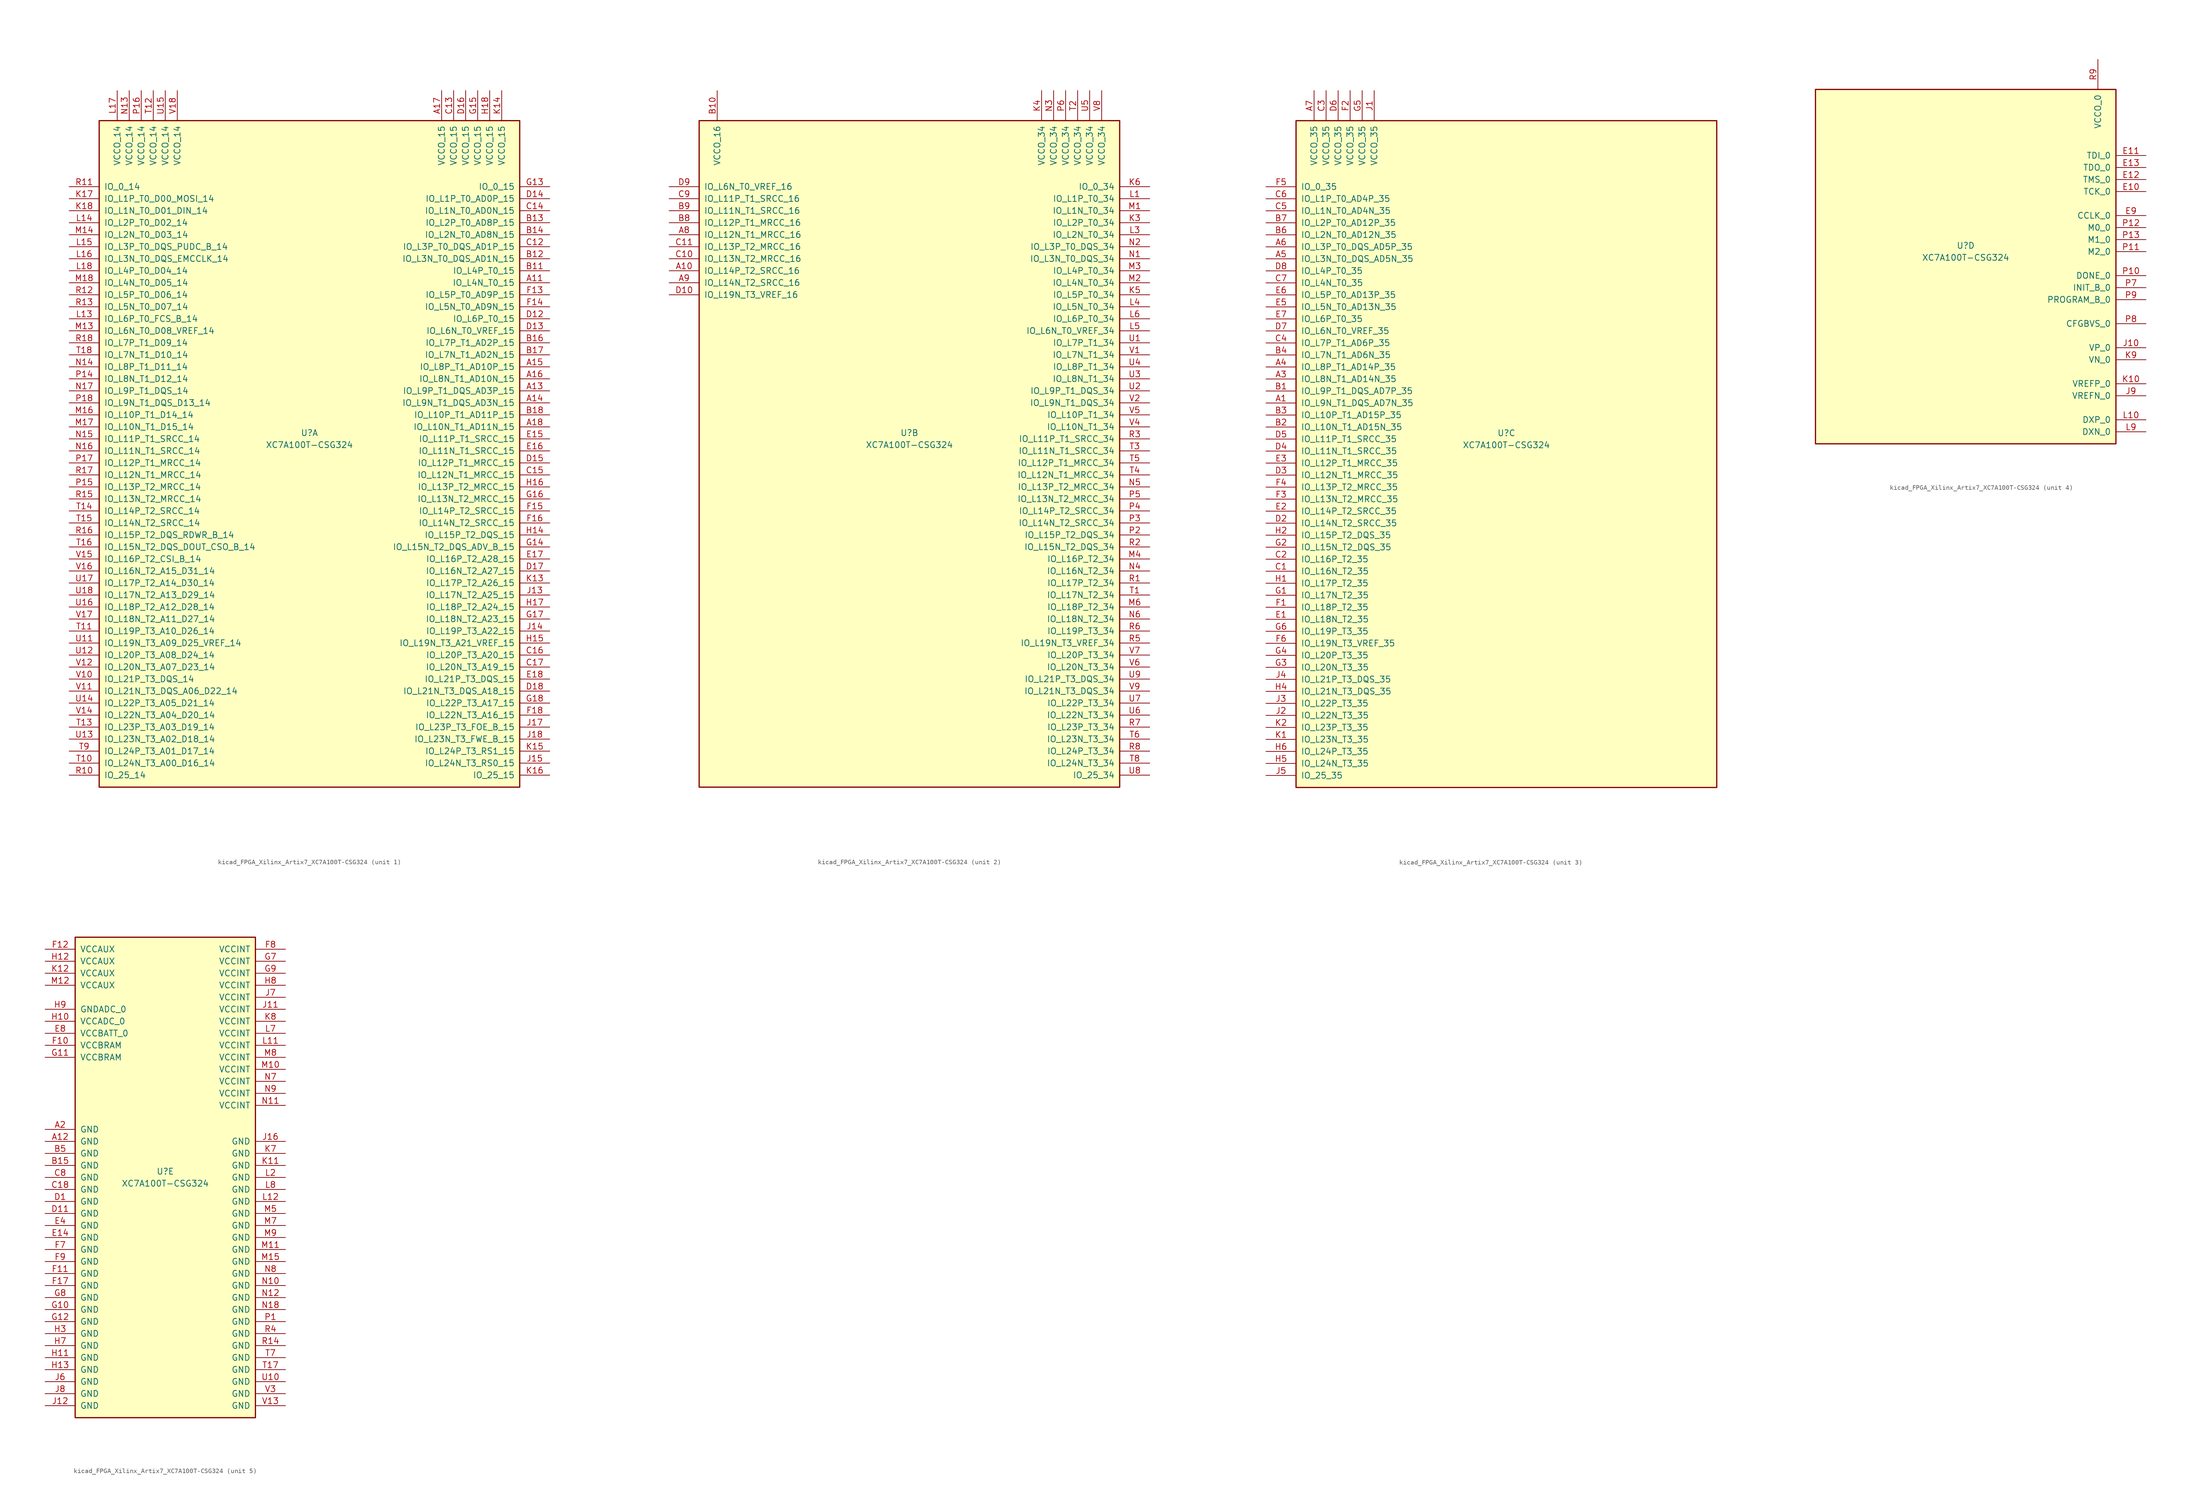
<source format=kicad_sym>
(kicad_symbol_lib
  (version 20220914)
  (generator kicad_symbol_editor)
  (symbol "kicad_FPGA_Xilinx_Artix7_XC7A100T-CSG324"
    (pin_names
      (offset 1.016))
    (property "Reference" "U"
      (at 0 1.27 0)
      (effects (font (size 1.27 1.27))))
    (property "Value" "XC7A100T-CSG324"
      (at 0 -1.27 0)
      (effects (font (size 1.27 1.27))))
    (property "Datasheet" ""
      (at 0 0 0)
      (effects (font (size 1.27 1.27))))
    (property "ki_locked" ""
      (at 0 0 0)
      (effects (font (size 1.27 1.27))))
    (symbol "kicad_FPGA_Xilinx_Artix7_XC7A100T-CSG324_1_1"
      (rectangle (start -44.45 67.31) (end 44.45 -73.66) (stroke (width 0.254) (type default)) (fill (type background)))
      (pin bidirectional line (at 50.8 33.02 180) (length 6.35) (name "IO_L4N_T0_15" (effects (font (size 1.27 1.27)))) (number "A11" (effects (font (size 1.27 1.27)))))
      (pin bidirectional line (at 50.8 10.16 180) (length 6.35) (name "IO_L9P_T1_DQS_AD3P_15" (effects (font (size 1.27 1.27)))) (number "A13" (effects (font (size 1.27 1.27)))))
      (pin bidirectional line (at 50.8 7.62 180) (length 6.35) (name "IO_L9N_T1_DQS_AD3N_15" (effects (font (size 1.27 1.27)))) (number "A14" (effects (font (size 1.27 1.27)))))
      (pin bidirectional line (at 50.8 15.24 180) (length 6.35) (name "IO_L8P_T1_AD10P_15" (effects (font (size 1.27 1.27)))) (number "A15" (effects (font (size 1.27 1.27)))))
      (pin bidirectional line (at 50.8 12.7 180) (length 6.35) (name "IO_L8N_T1_AD10N_15" (effects (font (size 1.27 1.27)))) (number "A16" (effects (font (size 1.27 1.27)))))
      (pin power_in line (at 27.94 73.66 270) (length 6.35) (name "VCCO_15" (effects (font (size 1.27 1.27)))) (number "A17" (effects (font (size 1.27 1.27)))))
      (pin bidirectional line (at 50.8 2.54 180) (length 6.35) (name "IO_L10N_T1_AD11N_15" (effects (font (size 1.27 1.27)))) (number "A18" (effects (font (size 1.27 1.27)))))
      (pin bidirectional line (at 50.8 35.56 180) (length 6.35) (name "IO_L4P_T0_15" (effects (font (size 1.27 1.27)))) (number "B11" (effects (font (size 1.27 1.27)))))
      (pin bidirectional line (at 50.8 38.1 180) (length 6.35) (name "IO_L3N_T0_DQS_AD1N_15" (effects (font (size 1.27 1.27)))) (number "B12" (effects (font (size 1.27 1.27)))))
      (pin bidirectional line (at 50.8 45.72 180) (length 6.35) (name "IO_L2P_T0_AD8P_15" (effects (font (size 1.27 1.27)))) (number "B13" (effects (font (size 1.27 1.27)))))
      (pin bidirectional line (at 50.8 43.18 180) (length 6.35) (name "IO_L2N_T0_AD8N_15" (effects (font (size 1.27 1.27)))) (number "B14" (effects (font (size 1.27 1.27)))))
      (pin bidirectional line (at 50.8 20.32 180) (length 6.35) (name "IO_L7P_T1_AD2P_15" (effects (font (size 1.27 1.27)))) (number "B16" (effects (font (size 1.27 1.27)))))
      (pin bidirectional line (at 50.8 17.78 180) (length 6.35) (name "IO_L7N_T1_AD2N_15" (effects (font (size 1.27 1.27)))) (number "B17" (effects (font (size 1.27 1.27)))))
      (pin bidirectional line (at 50.8 5.08 180) (length 6.35) (name "IO_L10P_T1_AD11P_15" (effects (font (size 1.27 1.27)))) (number "B18" (effects (font (size 1.27 1.27)))))
      (pin bidirectional line (at 50.8 40.64 180) (length 6.35) (name "IO_L3P_T0_DQS_AD1P_15" (effects (font (size 1.27 1.27)))) (number "C12" (effects (font (size 1.27 1.27)))))
      (pin power_in line (at 30.48 73.66 270) (length 6.35) (name "VCCO_15" (effects (font (size 1.27 1.27)))) (number "C13" (effects (font (size 1.27 1.27)))))
      (pin bidirectional line (at 50.8 48.26 180) (length 6.35) (name "IO_L1N_T0_AD0N_15" (effects (font (size 1.27 1.27)))) (number "C14" (effects (font (size 1.27 1.27)))))
      (pin bidirectional line (at 50.8 -7.62 180) (length 6.35) (name "IO_L12N_T1_MRCC_15" (effects (font (size 1.27 1.27)))) (number "C15" (effects (font (size 1.27 1.27)))))
      (pin bidirectional line (at 50.8 -45.72 180) (length 6.35) (name "IO_L20P_T3_A20_15" (effects (font (size 1.27 1.27)))) (number "C16" (effects (font (size 1.27 1.27)))))
      (pin bidirectional line (at 50.8 -48.26 180) (length 6.35) (name "IO_L20N_T3_A19_15" (effects (font (size 1.27 1.27)))) (number "C17" (effects (font (size 1.27 1.27)))))
      (pin bidirectional line (at 50.8 25.4 180) (length 6.35) (name "IO_L6P_T0_15" (effects (font (size 1.27 1.27)))) (number "D12" (effects (font (size 1.27 1.27)))))
      (pin bidirectional line (at 50.8 22.86 180) (length 6.35) (name "IO_L6N_T0_VREF_15" (effects (font (size 1.27 1.27)))) (number "D13" (effects (font (size 1.27 1.27)))))
      (pin bidirectional line (at 50.8 50.8 180) (length 6.35) (name "IO_L1P_T0_AD0P_15" (effects (font (size 1.27 1.27)))) (number "D14" (effects (font (size 1.27 1.27)))))
      (pin bidirectional line (at 50.8 -5.08 180) (length 6.35) (name "IO_L12P_T1_MRCC_15" (effects (font (size 1.27 1.27)))) (number "D15" (effects (font (size 1.27 1.27)))))
      (pin power_in line (at 33.02 73.66 270) (length 6.35) (name "VCCO_15" (effects (font (size 1.27 1.27)))) (number "D16" (effects (font (size 1.27 1.27)))))
      (pin bidirectional line (at 50.8 -27.94 180) (length 6.35) (name "IO_L16N_T2_A27_15" (effects (font (size 1.27 1.27)))) (number "D17" (effects (font (size 1.27 1.27)))))
      (pin bidirectional line (at 50.8 -53.34 180) (length 6.35) (name "IO_L21N_T3_DQS_A18_15" (effects (font (size 1.27 1.27)))) (number "D18" (effects (font (size 1.27 1.27)))))
      (pin bidirectional line (at 50.8 0 180) (length 6.35) (name "IO_L11P_T1_SRCC_15" (effects (font (size 1.27 1.27)))) (number "E15" (effects (font (size 1.27 1.27)))))
      (pin bidirectional line (at 50.8 -2.54 180) (length 6.35) (name "IO_L11N_T1_SRCC_15" (effects (font (size 1.27 1.27)))) (number "E16" (effects (font (size 1.27 1.27)))))
      (pin bidirectional line (at 50.8 -25.4 180) (length 6.35) (name "IO_L16P_T2_A28_15" (effects (font (size 1.27 1.27)))) (number "E17" (effects (font (size 1.27 1.27)))))
      (pin bidirectional line (at 50.8 -50.8 180) (length 6.35) (name "IO_L21P_T3_DQS_15" (effects (font (size 1.27 1.27)))) (number "E18" (effects (font (size 1.27 1.27)))))
      (pin bidirectional line (at 50.8 30.48 180) (length 6.35) (name "IO_L5P_T0_AD9P_15" (effects (font (size 1.27 1.27)))) (number "F13" (effects (font (size 1.27 1.27)))))
      (pin bidirectional line (at 50.8 27.94 180) (length 6.35) (name "IO_L5N_T0_AD9N_15" (effects (font (size 1.27 1.27)))) (number "F14" (effects (font (size 1.27 1.27)))))
      (pin bidirectional line (at 50.8 -15.24 180) (length 6.35) (name "IO_L14P_T2_SRCC_15" (effects (font (size 1.27 1.27)))) (number "F15" (effects (font (size 1.27 1.27)))))
      (pin bidirectional line (at 50.8 -17.78 180) (length 6.35) (name "IO_L14N_T2_SRCC_15" (effects (font (size 1.27 1.27)))) (number "F16" (effects (font (size 1.27 1.27)))))
      (pin bidirectional line (at 50.8 -58.42 180) (length 6.35) (name "IO_L22N_T3_A16_15" (effects (font (size 1.27 1.27)))) (number "F18" (effects (font (size 1.27 1.27)))))
      (pin bidirectional line (at 50.8 53.34 180) (length 6.35) (name "IO_0_15" (effects (font (size 1.27 1.27)))) (number "G13" (effects (font (size 1.27 1.27)))))
      (pin bidirectional line (at 50.8 -22.86 180) (length 6.35) (name "IO_L15N_T2_DQS_ADV_B_15" (effects (font (size 1.27 1.27)))) (number "G14" (effects (font (size 1.27 1.27)))))
      (pin power_in line (at 35.56 73.66 270) (length 6.35) (name "VCCO_15" (effects (font (size 1.27 1.27)))) (number "G15" (effects (font (size 1.27 1.27)))))
      (pin bidirectional line (at 50.8 -12.7 180) (length 6.35) (name "IO_L13N_T2_MRCC_15" (effects (font (size 1.27 1.27)))) (number "G16" (effects (font (size 1.27 1.27)))))
      (pin bidirectional line (at 50.8 -38.1 180) (length 6.35) (name "IO_L18N_T2_A23_15" (effects (font (size 1.27 1.27)))) (number "G17" (effects (font (size 1.27 1.27)))))
      (pin bidirectional line (at 50.8 -55.88 180) (length 6.35) (name "IO_L22P_T3_A17_15" (effects (font (size 1.27 1.27)))) (number "G18" (effects (font (size 1.27 1.27)))))
      (pin bidirectional line (at 50.8 -20.32 180) (length 6.35) (name "IO_L15P_T2_DQS_15" (effects (font (size 1.27 1.27)))) (number "H14" (effects (font (size 1.27 1.27)))))
      (pin bidirectional line (at 50.8 -43.18 180) (length 6.35) (name "IO_L19N_T3_A21_VREF_15" (effects (font (size 1.27 1.27)))) (number "H15" (effects (font (size 1.27 1.27)))))
      (pin bidirectional line (at 50.8 -10.16 180) (length 6.35) (name "IO_L13P_T2_MRCC_15" (effects (font (size 1.27 1.27)))) (number "H16" (effects (font (size 1.27 1.27)))))
      (pin bidirectional line (at 50.8 -35.56 180) (length 6.35) (name "IO_L18P_T2_A24_15" (effects (font (size 1.27 1.27)))) (number "H17" (effects (font (size 1.27 1.27)))))
      (pin power_in line (at 38.1 73.66 270) (length 6.35) (name "VCCO_15" (effects (font (size 1.27 1.27)))) (number "H18" (effects (font (size 1.27 1.27)))))
      (pin bidirectional line (at 50.8 -33.02 180) (length 6.35) (name "IO_L17N_T2_A25_15" (effects (font (size 1.27 1.27)))) (number "J13" (effects (font (size 1.27 1.27)))))
      (pin bidirectional line (at 50.8 -40.64 180) (length 6.35) (name "IO_L19P_T3_A22_15" (effects (font (size 1.27 1.27)))) (number "J14" (effects (font (size 1.27 1.27)))))
      (pin bidirectional line (at 50.8 -68.58 180) (length 6.35) (name "IO_L24N_T3_RS0_15" (effects (font (size 1.27 1.27)))) (number "J15" (effects (font (size 1.27 1.27)))))
      (pin bidirectional line (at 50.8 -60.96 180) (length 6.35) (name "IO_L23P_T3_FOE_B_15" (effects (font (size 1.27 1.27)))) (number "J17" (effects (font (size 1.27 1.27)))))
      (pin bidirectional line (at 50.8 -63.5 180) (length 6.35) (name "IO_L23N_T3_FWE_B_15" (effects (font (size 1.27 1.27)))) (number "J18" (effects (font (size 1.27 1.27)))))
      (pin bidirectional line (at 50.8 -30.48 180) (length 6.35) (name "IO_L17P_T2_A26_15" (effects (font (size 1.27 1.27)))) (number "K13" (effects (font (size 1.27 1.27)))))
      (pin power_in line (at 40.64 73.66 270) (length 6.35) (name "VCCO_15" (effects (font (size 1.27 1.27)))) (number "K14" (effects (font (size 1.27 1.27)))))
      (pin bidirectional line (at 50.8 -66.04 180) (length 6.35) (name "IO_L24P_T3_RS1_15" (effects (font (size 1.27 1.27)))) (number "K15" (effects (font (size 1.27 1.27)))))
      (pin bidirectional line (at 50.8 -71.12 180) (length 6.35) (name "IO_25_15" (effects (font (size 1.27 1.27)))) (number "K16" (effects (font (size 1.27 1.27)))))
      (pin bidirectional line (at -50.8 50.8 0) (length 6.35) (name "IO_L1P_T0_D00_MOSI_14" (effects (font (size 1.27 1.27)))) (number "K17" (effects (font (size 1.27 1.27)))))
      (pin bidirectional line (at -50.8 48.26 0) (length 6.35) (name "IO_L1N_T0_D01_DIN_14" (effects (font (size 1.27 1.27)))) (number "K18" (effects (font (size 1.27 1.27)))))
      (pin bidirectional line (at -50.8 25.4 0) (length 6.35) (name "IO_L6P_T0_FCS_B_14" (effects (font (size 1.27 1.27)))) (number "L13" (effects (font (size 1.27 1.27)))))
      (pin bidirectional line (at -50.8 45.72 0) (length 6.35) (name "IO_L2P_T0_D02_14" (effects (font (size 1.27 1.27)))) (number "L14" (effects (font (size 1.27 1.27)))))
      (pin bidirectional line (at -50.8 40.64 0) (length 6.35) (name "IO_L3P_T0_DQS_PUDC_B_14" (effects (font (size 1.27 1.27)))) (number "L15" (effects (font (size 1.27 1.27)))))
      (pin bidirectional line (at -50.8 38.1 0) (length 6.35) (name "IO_L3N_T0_DQS_EMCCLK_14" (effects (font (size 1.27 1.27)))) (number "L16" (effects (font (size 1.27 1.27)))))
      (pin power_in line (at -40.64 73.66 270) (length 6.35) (name "VCCO_14" (effects (font (size 1.27 1.27)))) (number "L17" (effects (font (size 1.27 1.27)))))
      (pin bidirectional line (at -50.8 35.56 0) (length 6.35) (name "IO_L4P_T0_D04_14" (effects (font (size 1.27 1.27)))) (number "L18" (effects (font (size 1.27 1.27)))))
      (pin bidirectional line (at -50.8 22.86 0) (length 6.35) (name "IO_L6N_T0_D08_VREF_14" (effects (font (size 1.27 1.27)))) (number "M13" (effects (font (size 1.27 1.27)))))
      (pin bidirectional line (at -50.8 43.18 0) (length 6.35) (name "IO_L2N_T0_D03_14" (effects (font (size 1.27 1.27)))) (number "M14" (effects (font (size 1.27 1.27)))))
      (pin bidirectional line (at -50.8 5.08 0) (length 6.35) (name "IO_L10P_T1_D14_14" (effects (font (size 1.27 1.27)))) (number "M16" (effects (font (size 1.27 1.27)))))
      (pin bidirectional line (at -50.8 2.54 0) (length 6.35) (name "IO_L10N_T1_D15_14" (effects (font (size 1.27 1.27)))) (number "M17" (effects (font (size 1.27 1.27)))))
      (pin bidirectional line (at -50.8 33.02 0) (length 6.35) (name "IO_L4N_T0_D05_14" (effects (font (size 1.27 1.27)))) (number "M18" (effects (font (size 1.27 1.27)))))
      (pin power_in line (at -38.1 73.66 270) (length 6.35) (name "VCCO_14" (effects (font (size 1.27 1.27)))) (number "N13" (effects (font (size 1.27 1.27)))))
      (pin bidirectional line (at -50.8 15.24 0) (length 6.35) (name "IO_L8P_T1_D11_14" (effects (font (size 1.27 1.27)))) (number "N14" (effects (font (size 1.27 1.27)))))
      (pin bidirectional line (at -50.8 0 0) (length 6.35) (name "IO_L11P_T1_SRCC_14" (effects (font (size 1.27 1.27)))) (number "N15" (effects (font (size 1.27 1.27)))))
      (pin bidirectional line (at -50.8 -2.54 0) (length 6.35) (name "IO_L11N_T1_SRCC_14" (effects (font (size 1.27 1.27)))) (number "N16" (effects (font (size 1.27 1.27)))))
      (pin bidirectional line (at -50.8 10.16 0) (length 6.35) (name "IO_L9P_T1_DQS_14" (effects (font (size 1.27 1.27)))) (number "N17" (effects (font (size 1.27 1.27)))))
      (pin bidirectional line (at -50.8 12.7 0) (length 6.35) (name "IO_L8N_T1_D12_14" (effects (font (size 1.27 1.27)))) (number "P14" (effects (font (size 1.27 1.27)))))
      (pin bidirectional line (at -50.8 -10.16 0) (length 6.35) (name "IO_L13P_T2_MRCC_14" (effects (font (size 1.27 1.27)))) (number "P15" (effects (font (size 1.27 1.27)))))
      (pin power_in line (at -35.56 73.66 270) (length 6.35) (name "VCCO_14" (effects (font (size 1.27 1.27)))) (number "P16" (effects (font (size 1.27 1.27)))))
      (pin bidirectional line (at -50.8 -5.08 0) (length 6.35) (name "IO_L12P_T1_MRCC_14" (effects (font (size 1.27 1.27)))) (number "P17" (effects (font (size 1.27 1.27)))))
      (pin bidirectional line (at -50.8 7.62 0) (length 6.35) (name "IO_L9N_T1_DQS_D13_14" (effects (font (size 1.27 1.27)))) (number "P18" (effects (font (size 1.27 1.27)))))
      (pin bidirectional line (at -50.8 -71.12 0) (length 6.35) (name "IO_25_14" (effects (font (size 1.27 1.27)))) (number "R10" (effects (font (size 1.27 1.27)))))
      (pin bidirectional line (at -50.8 53.34 0) (length 6.35) (name "IO_0_14" (effects (font (size 1.27 1.27)))) (number "R11" (effects (font (size 1.27 1.27)))))
      (pin bidirectional line (at -50.8 30.48 0) (length 6.35) (name "IO_L5P_T0_D06_14" (effects (font (size 1.27 1.27)))) (number "R12" (effects (font (size 1.27 1.27)))))
      (pin bidirectional line (at -50.8 27.94 0) (length 6.35) (name "IO_L5N_T0_D07_14" (effects (font (size 1.27 1.27)))) (number "R13" (effects (font (size 1.27 1.27)))))
      (pin bidirectional line (at -50.8 -12.7 0) (length 6.35) (name "IO_L13N_T2_MRCC_14" (effects (font (size 1.27 1.27)))) (number "R15" (effects (font (size 1.27 1.27)))))
      (pin bidirectional line (at -50.8 -20.32 0) (length 6.35) (name "IO_L15P_T2_DQS_RDWR_B_14" (effects (font (size 1.27 1.27)))) (number "R16" (effects (font (size 1.27 1.27)))))
      (pin bidirectional line (at -50.8 -7.62 0) (length 6.35) (name "IO_L12N_T1_MRCC_14" (effects (font (size 1.27 1.27)))) (number "R17" (effects (font (size 1.27 1.27)))))
      (pin bidirectional line (at -50.8 20.32 0) (length 6.35) (name "IO_L7P_T1_D09_14" (effects (font (size 1.27 1.27)))) (number "R18" (effects (font (size 1.27 1.27)))))
      (pin bidirectional line (at -50.8 -68.58 0) (length 6.35) (name "IO_L24N_T3_A00_D16_14" (effects (font (size 1.27 1.27)))) (number "T10" (effects (font (size 1.27 1.27)))))
      (pin bidirectional line (at -50.8 -40.64 0) (length 6.35) (name "IO_L19P_T3_A10_D26_14" (effects (font (size 1.27 1.27)))) (number "T11" (effects (font (size 1.27 1.27)))))
      (pin power_in line (at -33.02 73.66 270) (length 6.35) (name "VCCO_14" (effects (font (size 1.27 1.27)))) (number "T12" (effects (font (size 1.27 1.27)))))
      (pin bidirectional line (at -50.8 -60.96 0) (length 6.35) (name "IO_L23P_T3_A03_D19_14" (effects (font (size 1.27 1.27)))) (number "T13" (effects (font (size 1.27 1.27)))))
      (pin bidirectional line (at -50.8 -15.24 0) (length 6.35) (name "IO_L14P_T2_SRCC_14" (effects (font (size 1.27 1.27)))) (number "T14" (effects (font (size 1.27 1.27)))))
      (pin bidirectional line (at -50.8 -17.78 0) (length 6.35) (name "IO_L14N_T2_SRCC_14" (effects (font (size 1.27 1.27)))) (number "T15" (effects (font (size 1.27 1.27)))))
      (pin bidirectional line (at -50.8 -22.86 0) (length 6.35) (name "IO_L15N_T2_DQS_DOUT_CSO_B_14" (effects (font (size 1.27 1.27)))) (number "T16" (effects (font (size 1.27 1.27)))))
      (pin bidirectional line (at -50.8 17.78 0) (length 6.35) (name "IO_L7N_T1_D10_14" (effects (font (size 1.27 1.27)))) (number "T18" (effects (font (size 1.27 1.27)))))
      (pin bidirectional line (at -50.8 -66.04 0) (length 6.35) (name "IO_L24P_T3_A01_D17_14" (effects (font (size 1.27 1.27)))) (number "T9" (effects (font (size 1.27 1.27)))))
      (pin bidirectional line (at -50.8 -43.18 0) (length 6.35) (name "IO_L19N_T3_A09_D25_VREF_14" (effects (font (size 1.27 1.27)))) (number "U11" (effects (font (size 1.27 1.27)))))
      (pin bidirectional line (at -50.8 -45.72 0) (length 6.35) (name "IO_L20P_T3_A08_D24_14" (effects (font (size 1.27 1.27)))) (number "U12" (effects (font (size 1.27 1.27)))))
      (pin bidirectional line (at -50.8 -63.5 0) (length 6.35) (name "IO_L23N_T3_A02_D18_14" (effects (font (size 1.27 1.27)))) (number "U13" (effects (font (size 1.27 1.27)))))
      (pin bidirectional line (at -50.8 -55.88 0) (length 6.35) (name "IO_L22P_T3_A05_D21_14" (effects (font (size 1.27 1.27)))) (number "U14" (effects (font (size 1.27 1.27)))))
      (pin power_in line (at -30.48 73.66 270) (length 6.35) (name "VCCO_14" (effects (font (size 1.27 1.27)))) (number "U15" (effects (font (size 1.27 1.27)))))
      (pin bidirectional line (at -50.8 -35.56 0) (length 6.35) (name "IO_L18P_T2_A12_D28_14" (effects (font (size 1.27 1.27)))) (number "U16" (effects (font (size 1.27 1.27)))))
      (pin bidirectional line (at -50.8 -30.48 0) (length 6.35) (name "IO_L17P_T2_A14_D30_14" (effects (font (size 1.27 1.27)))) (number "U17" (effects (font (size 1.27 1.27)))))
      (pin bidirectional line (at -50.8 -33.02 0) (length 6.35) (name "IO_L17N_T2_A13_D29_14" (effects (font (size 1.27 1.27)))) (number "U18" (effects (font (size 1.27 1.27)))))
      (pin bidirectional line (at -50.8 -50.8 0) (length 6.35) (name "IO_L21P_T3_DQS_14" (effects (font (size 1.27 1.27)))) (number "V10" (effects (font (size 1.27 1.27)))))
      (pin bidirectional line (at -50.8 -53.34 0) (length 6.35) (name "IO_L21N_T3_DQS_A06_D22_14" (effects (font (size 1.27 1.27)))) (number "V11" (effects (font (size 1.27 1.27)))))
      (pin bidirectional line (at -50.8 -48.26 0) (length 6.35) (name "IO_L20N_T3_A07_D23_14" (effects (font (size 1.27 1.27)))) (number "V12" (effects (font (size 1.27 1.27)))))
      (pin bidirectional line (at -50.8 -58.42 0) (length 6.35) (name "IO_L22N_T3_A04_D20_14" (effects (font (size 1.27 1.27)))) (number "V14" (effects (font (size 1.27 1.27)))))
      (pin bidirectional line (at -50.8 -25.4 0) (length 6.35) (name "IO_L16P_T2_CSI_B_14" (effects (font (size 1.27 1.27)))) (number "V15" (effects (font (size 1.27 1.27)))))
      (pin bidirectional line (at -50.8 -27.94 0) (length 6.35) (name "IO_L16N_T2_A15_D31_14" (effects (font (size 1.27 1.27)))) (number "V16" (effects (font (size 1.27 1.27)))))
      (pin bidirectional line (at -50.8 -38.1 0) (length 6.35) (name "IO_L18N_T2_A11_D27_14" (effects (font (size 1.27 1.27)))) (number "V17" (effects (font (size 1.27 1.27)))))
      (pin power_in line (at -27.94 73.66 270) (length 6.35) (name "VCCO_14" (effects (font (size 1.27 1.27)))) (number "V18" (effects (font (size 1.27 1.27))))))
    (symbol "kicad_FPGA_Xilinx_Artix7_XC7A100T-CSG324_2_1"
      (rectangle (start -44.45 67.31) (end 44.45 -73.66) (stroke (width 0.254) (type default)) (fill (type background)))
      (pin bidirectional line (at -50.8 35.56 0) (length 6.35) (name "IO_L14P_T2_SRCC_16" (effects (font (size 1.27 1.27)))) (number "A10" (effects (font (size 1.27 1.27)))))
      (pin bidirectional line (at -50.8 43.18 0) (length 6.35) (name "IO_L12N_T1_MRCC_16" (effects (font (size 1.27 1.27)))) (number "A8" (effects (font (size 1.27 1.27)))))
      (pin bidirectional line (at -50.8 33.02 0) (length 6.35) (name "IO_L14N_T2_SRCC_16" (effects (font (size 1.27 1.27)))) (number "A9" (effects (font (size 1.27 1.27)))))
      (pin power_in line (at -40.64 73.66 270) (length 6.35) (name "VCCO_16" (effects (font (size 1.27 1.27)))) (number "B10" (effects (font (size 1.27 1.27)))))
      (pin bidirectional line (at -50.8 45.72 0) (length 6.35) (name "IO_L12P_T1_MRCC_16" (effects (font (size 1.27 1.27)))) (number "B8" (effects (font (size 1.27 1.27)))))
      (pin bidirectional line (at -50.8 48.26 0) (length 6.35) (name "IO_L11N_T1_SRCC_16" (effects (font (size 1.27 1.27)))) (number "B9" (effects (font (size 1.27 1.27)))))
      (pin bidirectional line (at -50.8 38.1 0) (length 6.35) (name "IO_L13N_T2_MRCC_16" (effects (font (size 1.27 1.27)))) (number "C10" (effects (font (size 1.27 1.27)))))
      (pin bidirectional line (at -50.8 40.64 0) (length 6.35) (name "IO_L13P_T2_MRCC_16" (effects (font (size 1.27 1.27)))) (number "C11" (effects (font (size 1.27 1.27)))))
      (pin bidirectional line (at -50.8 50.8 0) (length 6.35) (name "IO_L11P_T1_SRCC_16" (effects (font (size 1.27 1.27)))) (number "C9" (effects (font (size 1.27 1.27)))))
      (pin bidirectional line (at -50.8 30.48 0) (length 6.35) (name "IO_L19N_T3_VREF_16" (effects (font (size 1.27 1.27)))) (number "D10" (effects (font (size 1.27 1.27)))))
      (pin bidirectional line (at -50.8 53.34 0) (length 6.35) (name "IO_L6N_T0_VREF_16" (effects (font (size 1.27 1.27)))) (number "D9" (effects (font (size 1.27 1.27)))))
      (pin bidirectional line (at 50.8 45.72 180) (length 6.35) (name "IO_L2P_T0_34" (effects (font (size 1.27 1.27)))) (number "K3" (effects (font (size 1.27 1.27)))))
      (pin power_in line (at 27.94 73.66 270) (length 6.35) (name "VCCO_34" (effects (font (size 1.27 1.27)))) (number "K4" (effects (font (size 1.27 1.27)))))
      (pin bidirectional line (at 50.8 30.48 180) (length 6.35) (name "IO_L5P_T0_34" (effects (font (size 1.27 1.27)))) (number "K5" (effects (font (size 1.27 1.27)))))
      (pin bidirectional line (at 50.8 53.34 180) (length 6.35) (name "IO_0_34" (effects (font (size 1.27 1.27)))) (number "K6" (effects (font (size 1.27 1.27)))))
      (pin bidirectional line (at 50.8 50.8 180) (length 6.35) (name "IO_L1P_T0_34" (effects (font (size 1.27 1.27)))) (number "L1" (effects (font (size 1.27 1.27)))))
      (pin bidirectional line (at 50.8 43.18 180) (length 6.35) (name "IO_L2N_T0_34" (effects (font (size 1.27 1.27)))) (number "L3" (effects (font (size 1.27 1.27)))))
      (pin bidirectional line (at 50.8 27.94 180) (length 6.35) (name "IO_L5N_T0_34" (effects (font (size 1.27 1.27)))) (number "L4" (effects (font (size 1.27 1.27)))))
      (pin bidirectional line (at 50.8 22.86 180) (length 6.35) (name "IO_L6N_T0_VREF_34" (effects (font (size 1.27 1.27)))) (number "L5" (effects (font (size 1.27 1.27)))))
      (pin bidirectional line (at 50.8 25.4 180) (length 6.35) (name "IO_L6P_T0_34" (effects (font (size 1.27 1.27)))) (number "L6" (effects (font (size 1.27 1.27)))))
      (pin bidirectional line (at 50.8 48.26 180) (length 6.35) (name "IO_L1N_T0_34" (effects (font (size 1.27 1.27)))) (number "M1" (effects (font (size 1.27 1.27)))))
      (pin bidirectional line (at 50.8 33.02 180) (length 6.35) (name "IO_L4N_T0_34" (effects (font (size 1.27 1.27)))) (number "M2" (effects (font (size 1.27 1.27)))))
      (pin bidirectional line (at 50.8 35.56 180) (length 6.35) (name "IO_L4P_T0_34" (effects (font (size 1.27 1.27)))) (number "M3" (effects (font (size 1.27 1.27)))))
      (pin bidirectional line (at 50.8 -25.4 180) (length 6.35) (name "IO_L16P_T2_34" (effects (font (size 1.27 1.27)))) (number "M4" (effects (font (size 1.27 1.27)))))
      (pin bidirectional line (at 50.8 -35.56 180) (length 6.35) (name "IO_L18P_T2_34" (effects (font (size 1.27 1.27)))) (number "M6" (effects (font (size 1.27 1.27)))))
      (pin bidirectional line (at 50.8 38.1 180) (length 6.35) (name "IO_L3N_T0_DQS_34" (effects (font (size 1.27 1.27)))) (number "N1" (effects (font (size 1.27 1.27)))))
      (pin bidirectional line (at 50.8 40.64 180) (length 6.35) (name "IO_L3P_T0_DQS_34" (effects (font (size 1.27 1.27)))) (number "N2" (effects (font (size 1.27 1.27)))))
      (pin power_in line (at 30.48 73.66 270) (length 6.35) (name "VCCO_34" (effects (font (size 1.27 1.27)))) (number "N3" (effects (font (size 1.27 1.27)))))
      (pin bidirectional line (at 50.8 -27.94 180) (length 6.35) (name "IO_L16N_T2_34" (effects (font (size 1.27 1.27)))) (number "N4" (effects (font (size 1.27 1.27)))))
      (pin bidirectional line (at 50.8 -10.16 180) (length 6.35) (name "IO_L13P_T2_MRCC_34" (effects (font (size 1.27 1.27)))) (number "N5" (effects (font (size 1.27 1.27)))))
      (pin bidirectional line (at 50.8 -38.1 180) (length 6.35) (name "IO_L18N_T2_34" (effects (font (size 1.27 1.27)))) (number "N6" (effects (font (size 1.27 1.27)))))
      (pin bidirectional line (at 50.8 -20.32 180) (length 6.35) (name "IO_L15P_T2_DQS_34" (effects (font (size 1.27 1.27)))) (number "P2" (effects (font (size 1.27 1.27)))))
      (pin bidirectional line (at 50.8 -17.78 180) (length 6.35) (name "IO_L14N_T2_SRCC_34" (effects (font (size 1.27 1.27)))) (number "P3" (effects (font (size 1.27 1.27)))))
      (pin bidirectional line (at 50.8 -15.24 180) (length 6.35) (name "IO_L14P_T2_SRCC_34" (effects (font (size 1.27 1.27)))) (number "P4" (effects (font (size 1.27 1.27)))))
      (pin bidirectional line (at 50.8 -12.7 180) (length 6.35) (name "IO_L13N_T2_MRCC_34" (effects (font (size 1.27 1.27)))) (number "P5" (effects (font (size 1.27 1.27)))))
      (pin power_in line (at 33.02 73.66 270) (length 6.35) (name "VCCO_34" (effects (font (size 1.27 1.27)))) (number "P6" (effects (font (size 1.27 1.27)))))
      (pin bidirectional line (at 50.8 -30.48 180) (length 6.35) (name "IO_L17P_T2_34" (effects (font (size 1.27 1.27)))) (number "R1" (effects (font (size 1.27 1.27)))))
      (pin bidirectional line (at 50.8 -22.86 180) (length 6.35) (name "IO_L15N_T2_DQS_34" (effects (font (size 1.27 1.27)))) (number "R2" (effects (font (size 1.27 1.27)))))
      (pin bidirectional line (at 50.8 0 180) (length 6.35) (name "IO_L11P_T1_SRCC_34" (effects (font (size 1.27 1.27)))) (number "R3" (effects (font (size 1.27 1.27)))))
      (pin bidirectional line (at 50.8 -43.18 180) (length 6.35) (name "IO_L19N_T3_VREF_34" (effects (font (size 1.27 1.27)))) (number "R5" (effects (font (size 1.27 1.27)))))
      (pin bidirectional line (at 50.8 -40.64 180) (length 6.35) (name "IO_L19P_T3_34" (effects (font (size 1.27 1.27)))) (number "R6" (effects (font (size 1.27 1.27)))))
      (pin bidirectional line (at 50.8 -60.96 180) (length 6.35) (name "IO_L23P_T3_34" (effects (font (size 1.27 1.27)))) (number "R7" (effects (font (size 1.27 1.27)))))
      (pin bidirectional line (at 50.8 -66.04 180) (length 6.35) (name "IO_L24P_T3_34" (effects (font (size 1.27 1.27)))) (number "R8" (effects (font (size 1.27 1.27)))))
      (pin bidirectional line (at 50.8 -33.02 180) (length 6.35) (name "IO_L17N_T2_34" (effects (font (size 1.27 1.27)))) (number "T1" (effects (font (size 1.27 1.27)))))
      (pin power_in line (at 35.56 73.66 270) (length 6.35) (name "VCCO_34" (effects (font (size 1.27 1.27)))) (number "T2" (effects (font (size 1.27 1.27)))))
      (pin bidirectional line (at 50.8 -2.54 180) (length 6.35) (name "IO_L11N_T1_SRCC_34" (effects (font (size 1.27 1.27)))) (number "T3" (effects (font (size 1.27 1.27)))))
      (pin bidirectional line (at 50.8 -7.62 180) (length 6.35) (name "IO_L12N_T1_MRCC_34" (effects (font (size 1.27 1.27)))) (number "T4" (effects (font (size 1.27 1.27)))))
      (pin bidirectional line (at 50.8 -5.08 180) (length 6.35) (name "IO_L12P_T1_MRCC_34" (effects (font (size 1.27 1.27)))) (number "T5" (effects (font (size 1.27 1.27)))))
      (pin bidirectional line (at 50.8 -63.5 180) (length 6.35) (name "IO_L23N_T3_34" (effects (font (size 1.27 1.27)))) (number "T6" (effects (font (size 1.27 1.27)))))
      (pin bidirectional line (at 50.8 -68.58 180) (length 6.35) (name "IO_L24N_T3_34" (effects (font (size 1.27 1.27)))) (number "T8" (effects (font (size 1.27 1.27)))))
      (pin bidirectional line (at 50.8 20.32 180) (length 6.35) (name "IO_L7P_T1_34" (effects (font (size 1.27 1.27)))) (number "U1" (effects (font (size 1.27 1.27)))))
      (pin bidirectional line (at 50.8 10.16 180) (length 6.35) (name "IO_L9P_T1_DQS_34" (effects (font (size 1.27 1.27)))) (number "U2" (effects (font (size 1.27 1.27)))))
      (pin bidirectional line (at 50.8 12.7 180) (length 6.35) (name "IO_L8N_T1_34" (effects (font (size 1.27 1.27)))) (number "U3" (effects (font (size 1.27 1.27)))))
      (pin bidirectional line (at 50.8 15.24 180) (length 6.35) (name "IO_L8P_T1_34" (effects (font (size 1.27 1.27)))) (number "U4" (effects (font (size 1.27 1.27)))))
      (pin power_in line (at 38.1 73.66 270) (length 6.35) (name "VCCO_34" (effects (font (size 1.27 1.27)))) (number "U5" (effects (font (size 1.27 1.27)))))
      (pin bidirectional line (at 50.8 -58.42 180) (length 6.35) (name "IO_L22N_T3_34" (effects (font (size 1.27 1.27)))) (number "U6" (effects (font (size 1.27 1.27)))))
      (pin bidirectional line (at 50.8 -55.88 180) (length 6.35) (name "IO_L22P_T3_34" (effects (font (size 1.27 1.27)))) (number "U7" (effects (font (size 1.27 1.27)))))
      (pin bidirectional line (at 50.8 -71.12 180) (length 6.35) (name "IO_25_34" (effects (font (size 1.27 1.27)))) (number "U8" (effects (font (size 1.27 1.27)))))
      (pin bidirectional line (at 50.8 -50.8 180) (length 6.35) (name "IO_L21P_T3_DQS_34" (effects (font (size 1.27 1.27)))) (number "U9" (effects (font (size 1.27 1.27)))))
      (pin bidirectional line (at 50.8 17.78 180) (length 6.35) (name "IO_L7N_T1_34" (effects (font (size 1.27 1.27)))) (number "V1" (effects (font (size 1.27 1.27)))))
      (pin bidirectional line (at 50.8 7.62 180) (length 6.35) (name "IO_L9N_T1_DQS_34" (effects (font (size 1.27 1.27)))) (number "V2" (effects (font (size 1.27 1.27)))))
      (pin bidirectional line (at 50.8 2.54 180) (length 6.35) (name "IO_L10N_T1_34" (effects (font (size 1.27 1.27)))) (number "V4" (effects (font (size 1.27 1.27)))))
      (pin bidirectional line (at 50.8 5.08 180) (length 6.35) (name "IO_L10P_T1_34" (effects (font (size 1.27 1.27)))) (number "V5" (effects (font (size 1.27 1.27)))))
      (pin bidirectional line (at 50.8 -48.26 180) (length 6.35) (name "IO_L20N_T3_34" (effects (font (size 1.27 1.27)))) (number "V6" (effects (font (size 1.27 1.27)))))
      (pin bidirectional line (at 50.8 -45.72 180) (length 6.35) (name "IO_L20P_T3_34" (effects (font (size 1.27 1.27)))) (number "V7" (effects (font (size 1.27 1.27)))))
      (pin power_in line (at 40.64 73.66 270) (length 6.35) (name "VCCO_34" (effects (font (size 1.27 1.27)))) (number "V8" (effects (font (size 1.27 1.27)))))
      (pin bidirectional line (at 50.8 -53.34 180) (length 6.35) (name "IO_L21N_T3_DQS_34" (effects (font (size 1.27 1.27)))) (number "V9" (effects (font (size 1.27 1.27))))))
    (symbol "kicad_FPGA_Xilinx_Artix7_XC7A100T-CSG324_3_1"
      (rectangle (start -44.45 67.31) (end 44.45 -73.66) (stroke (width 0.254) (type default)) (fill (type background)))
      (pin bidirectional line (at -50.8 7.62 0) (length 6.35) (name "IO_L9N_T1_DQS_AD7N_35" (effects (font (size 1.27 1.27)))) (number "A1" (effects (font (size 1.27 1.27)))))
      (pin bidirectional line (at -50.8 12.7 0) (length 6.35) (name "IO_L8N_T1_AD14N_35" (effects (font (size 1.27 1.27)))) (number "A3" (effects (font (size 1.27 1.27)))))
      (pin bidirectional line (at -50.8 15.24 0) (length 6.35) (name "IO_L8P_T1_AD14P_35" (effects (font (size 1.27 1.27)))) (number "A4" (effects (font (size 1.27 1.27)))))
      (pin bidirectional line (at -50.8 38.1 0) (length 6.35) (name "IO_L3N_T0_DQS_AD5N_35" (effects (font (size 1.27 1.27)))) (number "A5" (effects (font (size 1.27 1.27)))))
      (pin bidirectional line (at -50.8 40.64 0) (length 6.35) (name "IO_L3P_T0_DQS_AD5P_35" (effects (font (size 1.27 1.27)))) (number "A6" (effects (font (size 1.27 1.27)))))
      (pin power_in line (at -40.64 73.66 270) (length 6.35) (name "VCCO_35" (effects (font (size 1.27 1.27)))) (number "A7" (effects (font (size 1.27 1.27)))))
      (pin bidirectional line (at -50.8 10.16 0) (length 6.35) (name "IO_L9P_T1_DQS_AD7P_35" (effects (font (size 1.27 1.27)))) (number "B1" (effects (font (size 1.27 1.27)))))
      (pin bidirectional line (at -50.8 2.54 0) (length 6.35) (name "IO_L10N_T1_AD15N_35" (effects (font (size 1.27 1.27)))) (number "B2" (effects (font (size 1.27 1.27)))))
      (pin bidirectional line (at -50.8 5.08 0) (length 6.35) (name "IO_L10P_T1_AD15P_35" (effects (font (size 1.27 1.27)))) (number "B3" (effects (font (size 1.27 1.27)))))
      (pin bidirectional line (at -50.8 17.78 0) (length 6.35) (name "IO_L7N_T1_AD6N_35" (effects (font (size 1.27 1.27)))) (number "B4" (effects (font (size 1.27 1.27)))))
      (pin bidirectional line (at -50.8 43.18 0) (length 6.35) (name "IO_L2N_T0_AD12N_35" (effects (font (size 1.27 1.27)))) (number "B6" (effects (font (size 1.27 1.27)))))
      (pin bidirectional line (at -50.8 45.72 0) (length 6.35) (name "IO_L2P_T0_AD12P_35" (effects (font (size 1.27 1.27)))) (number "B7" (effects (font (size 1.27 1.27)))))
      (pin bidirectional line (at -50.8 -27.94 0) (length 6.35) (name "IO_L16N_T2_35" (effects (font (size 1.27 1.27)))) (number "C1" (effects (font (size 1.27 1.27)))))
      (pin bidirectional line (at -50.8 -25.4 0) (length 6.35) (name "IO_L16P_T2_35" (effects (font (size 1.27 1.27)))) (number "C2" (effects (font (size 1.27 1.27)))))
      (pin power_in line (at -38.1 73.66 270) (length 6.35) (name "VCCO_35" (effects (font (size 1.27 1.27)))) (number "C3" (effects (font (size 1.27 1.27)))))
      (pin bidirectional line (at -50.8 20.32 0) (length 6.35) (name "IO_L7P_T1_AD6P_35" (effects (font (size 1.27 1.27)))) (number "C4" (effects (font (size 1.27 1.27)))))
      (pin bidirectional line (at -50.8 48.26 0) (length 6.35) (name "IO_L1N_T0_AD4N_35" (effects (font (size 1.27 1.27)))) (number "C5" (effects (font (size 1.27 1.27)))))
      (pin bidirectional line (at -50.8 50.8 0) (length 6.35) (name "IO_L1P_T0_AD4P_35" (effects (font (size 1.27 1.27)))) (number "C6" (effects (font (size 1.27 1.27)))))
      (pin bidirectional line (at -50.8 33.02 0) (length 6.35) (name "IO_L4N_T0_35" (effects (font (size 1.27 1.27)))) (number "C7" (effects (font (size 1.27 1.27)))))
      (pin bidirectional line (at -50.8 -17.78 0) (length 6.35) (name "IO_L14N_T2_SRCC_35" (effects (font (size 1.27 1.27)))) (number "D2" (effects (font (size 1.27 1.27)))))
      (pin bidirectional line (at -50.8 -7.62 0) (length 6.35) (name "IO_L12N_T1_MRCC_35" (effects (font (size 1.27 1.27)))) (number "D3" (effects (font (size 1.27 1.27)))))
      (pin bidirectional line (at -50.8 -2.54 0) (length 6.35) (name "IO_L11N_T1_SRCC_35" (effects (font (size 1.27 1.27)))) (number "D4" (effects (font (size 1.27 1.27)))))
      (pin bidirectional line (at -50.8 0 0) (length 6.35) (name "IO_L11P_T1_SRCC_35" (effects (font (size 1.27 1.27)))) (number "D5" (effects (font (size 1.27 1.27)))))
      (pin power_in line (at -35.56 73.66 270) (length 6.35) (name "VCCO_35" (effects (font (size 1.27 1.27)))) (number "D6" (effects (font (size 1.27 1.27)))))
      (pin bidirectional line (at -50.8 22.86 0) (length 6.35) (name "IO_L6N_T0_VREF_35" (effects (font (size 1.27 1.27)))) (number "D7" (effects (font (size 1.27 1.27)))))
      (pin bidirectional line (at -50.8 35.56 0) (length 6.35) (name "IO_L4P_T0_35" (effects (font (size 1.27 1.27)))) (number "D8" (effects (font (size 1.27 1.27)))))
      (pin bidirectional line (at -50.8 -38.1 0) (length 6.35) (name "IO_L18N_T2_35" (effects (font (size 1.27 1.27)))) (number "E1" (effects (font (size 1.27 1.27)))))
      (pin bidirectional line (at -50.8 -15.24 0) (length 6.35) (name "IO_L14P_T2_SRCC_35" (effects (font (size 1.27 1.27)))) (number "E2" (effects (font (size 1.27 1.27)))))
      (pin bidirectional line (at -50.8 -5.08 0) (length 6.35) (name "IO_L12P_T1_MRCC_35" (effects (font (size 1.27 1.27)))) (number "E3" (effects (font (size 1.27 1.27)))))
      (pin bidirectional line (at -50.8 27.94 0) (length 6.35) (name "IO_L5N_T0_AD13N_35" (effects (font (size 1.27 1.27)))) (number "E5" (effects (font (size 1.27 1.27)))))
      (pin bidirectional line (at -50.8 30.48 0) (length 6.35) (name "IO_L5P_T0_AD13P_35" (effects (font (size 1.27 1.27)))) (number "E6" (effects (font (size 1.27 1.27)))))
      (pin bidirectional line (at -50.8 25.4 0) (length 6.35) (name "IO_L6P_T0_35" (effects (font (size 1.27 1.27)))) (number "E7" (effects (font (size 1.27 1.27)))))
      (pin bidirectional line (at -50.8 -35.56 0) (length 6.35) (name "IO_L18P_T2_35" (effects (font (size 1.27 1.27)))) (number "F1" (effects (font (size 1.27 1.27)))))
      (pin power_in line (at -33.02 73.66 270) (length 6.35) (name "VCCO_35" (effects (font (size 1.27 1.27)))) (number "F2" (effects (font (size 1.27 1.27)))))
      (pin bidirectional line (at -50.8 -12.7 0) (length 6.35) (name "IO_L13N_T2_MRCC_35" (effects (font (size 1.27 1.27)))) (number "F3" (effects (font (size 1.27 1.27)))))
      (pin bidirectional line (at -50.8 -10.16 0) (length 6.35) (name "IO_L13P_T2_MRCC_35" (effects (font (size 1.27 1.27)))) (number "F4" (effects (font (size 1.27 1.27)))))
      (pin bidirectional line (at -50.8 53.34 0) (length 6.35) (name "IO_0_35" (effects (font (size 1.27 1.27)))) (number "F5" (effects (font (size 1.27 1.27)))))
      (pin bidirectional line (at -50.8 -43.18 0) (length 6.35) (name "IO_L19N_T3_VREF_35" (effects (font (size 1.27 1.27)))) (number "F6" (effects (font (size 1.27 1.27)))))
      (pin bidirectional line (at -50.8 -33.02 0) (length 6.35) (name "IO_L17N_T2_35" (effects (font (size 1.27 1.27)))) (number "G1" (effects (font (size 1.27 1.27)))))
      (pin bidirectional line (at -50.8 -22.86 0) (length 6.35) (name "IO_L15N_T2_DQS_35" (effects (font (size 1.27 1.27)))) (number "G2" (effects (font (size 1.27 1.27)))))
      (pin bidirectional line (at -50.8 -48.26 0) (length 6.35) (name "IO_L20N_T3_35" (effects (font (size 1.27 1.27)))) (number "G3" (effects (font (size 1.27 1.27)))))
      (pin bidirectional line (at -50.8 -45.72 0) (length 6.35) (name "IO_L20P_T3_35" (effects (font (size 1.27 1.27)))) (number "G4" (effects (font (size 1.27 1.27)))))
      (pin power_in line (at -30.48 73.66 270) (length 6.35) (name "VCCO_35" (effects (font (size 1.27 1.27)))) (number "G5" (effects (font (size 1.27 1.27)))))
      (pin bidirectional line (at -50.8 -40.64 0) (length 6.35) (name "IO_L19P_T3_35" (effects (font (size 1.27 1.27)))) (number "G6" (effects (font (size 1.27 1.27)))))
      (pin bidirectional line (at -50.8 -30.48 0) (length 6.35) (name "IO_L17P_T2_35" (effects (font (size 1.27 1.27)))) (number "H1" (effects (font (size 1.27 1.27)))))
      (pin bidirectional line (at -50.8 -20.32 0) (length 6.35) (name "IO_L15P_T2_DQS_35" (effects (font (size 1.27 1.27)))) (number "H2" (effects (font (size 1.27 1.27)))))
      (pin bidirectional line (at -50.8 -53.34 0) (length 6.35) (name "IO_L21N_T3_DQS_35" (effects (font (size 1.27 1.27)))) (number "H4" (effects (font (size 1.27 1.27)))))
      (pin bidirectional line (at -50.8 -68.58 0) (length 6.35) (name "IO_L24N_T3_35" (effects (font (size 1.27 1.27)))) (number "H5" (effects (font (size 1.27 1.27)))))
      (pin bidirectional line (at -50.8 -66.04 0) (length 6.35) (name "IO_L24P_T3_35" (effects (font (size 1.27 1.27)))) (number "H6" (effects (font (size 1.27 1.27)))))
      (pin power_in line (at -27.94 73.66 270) (length 6.35) (name "VCCO_35" (effects (font (size 1.27 1.27)))) (number "J1" (effects (font (size 1.27 1.27)))))
      (pin bidirectional line (at -50.8 -58.42 0) (length 6.35) (name "IO_L22N_T3_35" (effects (font (size 1.27 1.27)))) (number "J2" (effects (font (size 1.27 1.27)))))
      (pin bidirectional line (at -50.8 -55.88 0) (length 6.35) (name "IO_L22P_T3_35" (effects (font (size 1.27 1.27)))) (number "J3" (effects (font (size 1.27 1.27)))))
      (pin bidirectional line (at -50.8 -50.8 0) (length 6.35) (name "IO_L21P_T3_DQS_35" (effects (font (size 1.27 1.27)))) (number "J4" (effects (font (size 1.27 1.27)))))
      (pin bidirectional line (at -50.8 -71.12 0) (length 6.35) (name "IO_25_35" (effects (font (size 1.27 1.27)))) (number "J5" (effects (font (size 1.27 1.27)))))
      (pin bidirectional line (at -50.8 -63.5 0) (length 6.35) (name "IO_L23N_T3_35" (effects (font (size 1.27 1.27)))) (number "K1" (effects (font (size 1.27 1.27)))))
      (pin bidirectional line (at -50.8 -60.96 0) (length 6.35) (name "IO_L23P_T3_35" (effects (font (size 1.27 1.27)))) (number "K2" (effects (font (size 1.27 1.27))))))
    (symbol "kicad_FPGA_Xilinx_Artix7_XC7A100T-CSG324_4_1"
      (rectangle (start -31.75 34.29) (end 31.75 -40.64) (stroke (width 0.254) (type default)) (fill (type background)))
      (pin bidirectional line (at 38.1 12.7 180) (length 6.35) (name "TCK_0" (effects (font (size 1.27 1.27)))) (number "E10" (effects (font (size 1.27 1.27)))))
      (pin bidirectional line (at 38.1 20.32 180) (length 6.35) (name "TDI_0" (effects (font (size 1.27 1.27)))) (number "E11" (effects (font (size 1.27 1.27)))))
      (pin bidirectional line (at 38.1 15.24 180) (length 6.35) (name "TMS_0" (effects (font (size 1.27 1.27)))) (number "E12" (effects (font (size 1.27 1.27)))))
      (pin bidirectional line (at 38.1 17.78 180) (length 6.35) (name "TDO_0" (effects (font (size 1.27 1.27)))) (number "E13" (effects (font (size 1.27 1.27)))))
      (pin bidirectional line (at 38.1 7.62 180) (length 6.35) (name "CCLK_0" (effects (font (size 1.27 1.27)))) (number "E9" (effects (font (size 1.27 1.27)))))
      (pin bidirectional line (at 38.1 -20.32 180) (length 6.35) (name "VP_0" (effects (font (size 1.27 1.27)))) (number "J10" (effects (font (size 1.27 1.27)))))
      (pin bidirectional line (at 38.1 -30.48 180) (length 6.35) (name "VREFN_0" (effects (font (size 1.27 1.27)))) (number "J9" (effects (font (size 1.27 1.27)))))
      (pin bidirectional line (at 38.1 -27.94 180) (length 6.35) (name "VREFP_0" (effects (font (size 1.27 1.27)))) (number "K10" (effects (font (size 1.27 1.27)))))
      (pin bidirectional line (at 38.1 -22.86 180) (length 6.35) (name "VN_0" (effects (font (size 1.27 1.27)))) (number "K9" (effects (font (size 1.27 1.27)))))
      (pin bidirectional line (at 38.1 -35.56 180) (length 6.35) (name "DXP_0" (effects (font (size 1.27 1.27)))) (number "L10" (effects (font (size 1.27 1.27)))))
      (pin bidirectional line (at 38.1 -38.1 180) (length 6.35) (name "DXN_0" (effects (font (size 1.27 1.27)))) (number "L9" (effects (font (size 1.27 1.27)))))
      (pin bidirectional line (at 38.1 -5.08 180) (length 6.35) (name "DONE_0" (effects (font (size 1.27 1.27)))) (number "P10" (effects (font (size 1.27 1.27)))))
      (pin bidirectional line (at 38.1 0 180) (length 6.35) (name "M2_0" (effects (font (size 1.27 1.27)))) (number "P11" (effects (font (size 1.27 1.27)))))
      (pin bidirectional line (at 38.1 5.08 180) (length 6.35) (name "M0_0" (effects (font (size 1.27 1.27)))) (number "P12" (effects (font (size 1.27 1.27)))))
      (pin bidirectional line (at 38.1 2.54 180) (length 6.35) (name "M1_0" (effects (font (size 1.27 1.27)))) (number "P13" (effects (font (size 1.27 1.27)))))
      (pin bidirectional line (at 38.1 -7.62 180) (length 6.35) (name "INIT_B_0" (effects (font (size 1.27 1.27)))) (number "P7" (effects (font (size 1.27 1.27)))))
      (pin bidirectional line (at 38.1 -15.24 180) (length 6.35) (name "CFGBVS_0" (effects (font (size 1.27 1.27)))) (number "P8" (effects (font (size 1.27 1.27)))))
      (pin bidirectional line (at 38.1 -10.16 180) (length 6.35) (name "PROGRAM_B_0" (effects (font (size 1.27 1.27)))) (number "P9" (effects (font (size 1.27 1.27)))))
      (pin power_in line (at 27.94 40.64 270) (length 6.35) (name "VCCO_0" (effects (font (size 1.27 1.27)))) (number "R9" (effects (font (size 1.27 1.27))))))
    (symbol "kicad_FPGA_Xilinx_Artix7_XC7A100T-CSG324_5_1"
      (rectangle (start -19.05 50.8) (end 19.05 -50.8) (stroke (width 0.254) (type default)) (fill (type background)))
      (pin power_in line (at -25.4 7.62 0) (length 6.35) (name "GND" (effects (font (size 1.27 1.27)))) (number "A12" (effects (font (size 1.27 1.27)))))
      (pin power_in line (at -25.4 10.16 0) (length 6.35) (name "GND" (effects (font (size 1.27 1.27)))) (number "A2" (effects (font (size 1.27 1.27)))))
      (pin power_in line (at -25.4 2.54 0) (length 6.35) (name "GND" (effects (font (size 1.27 1.27)))) (number "B15" (effects (font (size 1.27 1.27)))))
      (pin power_in line (at -25.4 5.08 0) (length 6.35) (name "GND" (effects (font (size 1.27 1.27)))) (number "B5" (effects (font (size 1.27 1.27)))))
      (pin power_in line (at -25.4 -2.54 0) (length 6.35) (name "GND" (effects (font (size 1.27 1.27)))) (number "C18" (effects (font (size 1.27 1.27)))))
      (pin power_in line (at -25.4 0 0) (length 6.35) (name "GND" (effects (font (size 1.27 1.27)))) (number "C8" (effects (font (size 1.27 1.27)))))
      (pin power_in line (at -25.4 -5.08 0) (length 6.35) (name "GND" (effects (font (size 1.27 1.27)))) (number "D1" (effects (font (size 1.27 1.27)))))
      (pin power_in line (at -25.4 -7.62 0) (length 6.35) (name "GND" (effects (font (size 1.27 1.27)))) (number "D11" (effects (font (size 1.27 1.27)))))
      (pin power_in line (at -25.4 -12.7 0) (length 6.35) (name "GND" (effects (font (size 1.27 1.27)))) (number "E14" (effects (font (size 1.27 1.27)))))
      (pin power_in line (at -25.4 -10.16 0) (length 6.35) (name "GND" (effects (font (size 1.27 1.27)))) (number "E4" (effects (font (size 1.27 1.27)))))
      (pin power_in line (at -25.4 30.48 0) (length 6.35) (name "VCCBATT_0" (effects (font (size 1.27 1.27)))) (number "E8" (effects (font (size 1.27 1.27)))))
      (pin power_in line (at -25.4 27.94 0) (length 6.35) (name "VCCBRAM" (effects (font (size 1.27 1.27)))) (number "F10" (effects (font (size 1.27 1.27)))))
      (pin power_in line (at -25.4 -20.32 0) (length 6.35) (name "GND" (effects (font (size 1.27 1.27)))) (number "F11" (effects (font (size 1.27 1.27)))))
      (pin power_in line (at -25.4 48.26 0) (length 6.35) (name "VCCAUX" (effects (font (size 1.27 1.27)))) (number "F12" (effects (font (size 1.27 1.27)))))
      (pin power_in line (at -25.4 -22.86 0) (length 6.35) (name "GND" (effects (font (size 1.27 1.27)))) (number "F17" (effects (font (size 1.27 1.27)))))
      (pin power_in line (at -25.4 -15.24 0) (length 6.35) (name "GND" (effects (font (size 1.27 1.27)))) (number "F7" (effects (font (size 1.27 1.27)))))
      (pin power_in line (at 25.4 48.26 180) (length 6.35) (name "VCCINT" (effects (font (size 1.27 1.27)))) (number "F8" (effects (font (size 1.27 1.27)))))
      (pin power_in line (at -25.4 -17.78 0) (length 6.35) (name "GND" (effects (font (size 1.27 1.27)))) (number "F9" (effects (font (size 1.27 1.27)))))
      (pin power_in line (at -25.4 -27.94 0) (length 6.35) (name "GND" (effects (font (size 1.27 1.27)))) (number "G10" (effects (font (size 1.27 1.27)))))
      (pin power_in line (at -25.4 25.4 0) (length 6.35) (name "VCCBRAM" (effects (font (size 1.27 1.27)))) (number "G11" (effects (font (size 1.27 1.27)))))
      (pin power_in line (at -25.4 -30.48 0) (length 6.35) (name "GND" (effects (font (size 1.27 1.27)))) (number "G12" (effects (font (size 1.27 1.27)))))
      (pin power_in line (at 25.4 45.72 180) (length 6.35) (name "VCCINT" (effects (font (size 1.27 1.27)))) (number "G7" (effects (font (size 1.27 1.27)))))
      (pin power_in line (at -25.4 -25.4 0) (length 6.35) (name "GND" (effects (font (size 1.27 1.27)))) (number "G8" (effects (font (size 1.27 1.27)))))
      (pin power_in line (at 25.4 43.18 180) (length 6.35) (name "VCCINT" (effects (font (size 1.27 1.27)))) (number "G9" (effects (font (size 1.27 1.27)))))
      (pin power_in line (at -25.4 33.02 0) (length 6.35) (name "VCCADC_0" (effects (font (size 1.27 1.27)))) (number "H10" (effects (font (size 1.27 1.27)))))
      (pin power_in line (at -25.4 -38.1 0) (length 6.35) (name "GND" (effects (font (size 1.27 1.27)))) (number "H11" (effects (font (size 1.27 1.27)))))
      (pin power_in line (at -25.4 45.72 0) (length 6.35) (name "VCCAUX" (effects (font (size 1.27 1.27)))) (number "H12" (effects (font (size 1.27 1.27)))))
      (pin power_in line (at -25.4 -40.64 0) (length 6.35) (name "GND" (effects (font (size 1.27 1.27)))) (number "H13" (effects (font (size 1.27 1.27)))))
      (pin power_in line (at -25.4 -33.02 0) (length 6.35) (name "GND" (effects (font (size 1.27 1.27)))) (number "H3" (effects (font (size 1.27 1.27)))))
      (pin power_in line (at -25.4 -35.56 0) (length 6.35) (name "GND" (effects (font (size 1.27 1.27)))) (number "H7" (effects (font (size 1.27 1.27)))))
      (pin power_in line (at 25.4 40.64 180) (length 6.35) (name "VCCINT" (effects (font (size 1.27 1.27)))) (number "H8" (effects (font (size 1.27 1.27)))))
      (pin power_in line (at -25.4 35.56 0) (length 6.35) (name "GNDADC_0" (effects (font (size 1.27 1.27)))) (number "H9" (effects (font (size 1.27 1.27)))))
      (pin power_in line (at 25.4 35.56 180) (length 6.35) (name "VCCINT" (effects (font (size 1.27 1.27)))) (number "J11" (effects (font (size 1.27 1.27)))))
      (pin power_in line (at -25.4 -48.26 0) (length 6.35) (name "GND" (effects (font (size 1.27 1.27)))) (number "J12" (effects (font (size 1.27 1.27)))))
      (pin power_in line (at 25.4 7.62 180) (length 6.35) (name "GND" (effects (font (size 1.27 1.27)))) (number "J16" (effects (font (size 1.27 1.27)))))
      (pin power_in line (at -25.4 -43.18 0) (length 6.35) (name "GND" (effects (font (size 1.27 1.27)))) (number "J6" (effects (font (size 1.27 1.27)))))
      (pin power_in line (at 25.4 38.1 180) (length 6.35) (name "VCCINT" (effects (font (size 1.27 1.27)))) (number "J7" (effects (font (size 1.27 1.27)))))
      (pin power_in line (at -25.4 -45.72 0) (length 6.35) (name "GND" (effects (font (size 1.27 1.27)))) (number "J8" (effects (font (size 1.27 1.27)))))
      (pin power_in line (at 25.4 2.54 180) (length 6.35) (name "GND" (effects (font (size 1.27 1.27)))) (number "K11" (effects (font (size 1.27 1.27)))))
      (pin power_in line (at -25.4 43.18 0) (length 6.35) (name "VCCAUX" (effects (font (size 1.27 1.27)))) (number "K12" (effects (font (size 1.27 1.27)))))
      (pin power_in line (at 25.4 5.08 180) (length 6.35) (name "GND" (effects (font (size 1.27 1.27)))) (number "K7" (effects (font (size 1.27 1.27)))))
      (pin power_in line (at 25.4 33.02 180) (length 6.35) (name "VCCINT" (effects (font (size 1.27 1.27)))) (number "K8" (effects (font (size 1.27 1.27)))))
      (pin power_in line (at 25.4 27.94 180) (length 6.35) (name "VCCINT" (effects (font (size 1.27 1.27)))) (number "L11" (effects (font (size 1.27 1.27)))))
      (pin power_in line (at 25.4 -5.08 180) (length 6.35) (name "GND" (effects (font (size 1.27 1.27)))) (number "L12" (effects (font (size 1.27 1.27)))))
      (pin power_in line (at 25.4 0 180) (length 6.35) (name "GND" (effects (font (size 1.27 1.27)))) (number "L2" (effects (font (size 1.27 1.27)))))
      (pin power_in line (at 25.4 30.48 180) (length 6.35) (name "VCCINT" (effects (font (size 1.27 1.27)))) (number "L7" (effects (font (size 1.27 1.27)))))
      (pin power_in line (at 25.4 -2.54 180) (length 6.35) (name "GND" (effects (font (size 1.27 1.27)))) (number "L8" (effects (font (size 1.27 1.27)))))
      (pin power_in line (at 25.4 22.86 180) (length 6.35) (name "VCCINT" (effects (font (size 1.27 1.27)))) (number "M10" (effects (font (size 1.27 1.27)))))
      (pin power_in line (at 25.4 -15.24 180) (length 6.35) (name "GND" (effects (font (size 1.27 1.27)))) (number "M11" (effects (font (size 1.27 1.27)))))
      (pin power_in line (at -25.4 40.64 0) (length 6.35) (name "VCCAUX" (effects (font (size 1.27 1.27)))) (number "M12" (effects (font (size 1.27 1.27)))))
      (pin power_in line (at 25.4 -17.78 180) (length 6.35) (name "GND" (effects (font (size 1.27 1.27)))) (number "M15" (effects (font (size 1.27 1.27)))))
      (pin power_in line (at 25.4 -7.62 180) (length 6.35) (name "GND" (effects (font (size 1.27 1.27)))) (number "M5" (effects (font (size 1.27 1.27)))))
      (pin power_in line (at 25.4 -10.16 180) (length 6.35) (name "GND" (effects (font (size 1.27 1.27)))) (number "M7" (effects (font (size 1.27 1.27)))))
      (pin power_in line (at 25.4 25.4 180) (length 6.35) (name "VCCINT" (effects (font (size 1.27 1.27)))) (number "M8" (effects (font (size 1.27 1.27)))))
      (pin power_in line (at 25.4 -12.7 180) (length 6.35) (name "GND" (effects (font (size 1.27 1.27)))) (number "M9" (effects (font (size 1.27 1.27)))))
      (pin power_in line (at 25.4 -22.86 180) (length 6.35) (name "GND" (effects (font (size 1.27 1.27)))) (number "N10" (effects (font (size 1.27 1.27)))))
      (pin power_in line (at 25.4 15.24 180) (length 6.35) (name "VCCINT" (effects (font (size 1.27 1.27)))) (number "N11" (effects (font (size 1.27 1.27)))))
      (pin power_in line (at 25.4 -25.4 180) (length 6.35) (name "GND" (effects (font (size 1.27 1.27)))) (number "N12" (effects (font (size 1.27 1.27)))))
      (pin power_in line (at 25.4 -27.94 180) (length 6.35) (name "GND" (effects (font (size 1.27 1.27)))) (number "N18" (effects (font (size 1.27 1.27)))))
      (pin power_in line (at 25.4 20.32 180) (length 6.35) (name "VCCINT" (effects (font (size 1.27 1.27)))) (number "N7" (effects (font (size 1.27 1.27)))))
      (pin power_in line (at 25.4 -20.32 180) (length 6.35) (name "GND" (effects (font (size 1.27 1.27)))) (number "N8" (effects (font (size 1.27 1.27)))))
      (pin power_in line (at 25.4 17.78 180) (length 6.35) (name "VCCINT" (effects (font (size 1.27 1.27)))) (number "N9" (effects (font (size 1.27 1.27)))))
      (pin power_in line (at 25.4 -30.48 180) (length 6.35) (name "GND" (effects (font (size 1.27 1.27)))) (number "P1" (effects (font (size 1.27 1.27)))))
      (pin power_in line (at 25.4 -35.56 180) (length 6.35) (name "GND" (effects (font (size 1.27 1.27)))) (number "R14" (effects (font (size 1.27 1.27)))))
      (pin power_in line (at 25.4 -33.02 180) (length 6.35) (name "GND" (effects (font (size 1.27 1.27)))) (number "R4" (effects (font (size 1.27 1.27)))))
      (pin power_in line (at 25.4 -40.64 180) (length 6.35) (name "GND" (effects (font (size 1.27 1.27)))) (number "T17" (effects (font (size 1.27 1.27)))))
      (pin power_in line (at 25.4 -38.1 180) (length 6.35) (name "GND" (effects (font (size 1.27 1.27)))) (number "T7" (effects (font (size 1.27 1.27)))))
      (pin power_in line (at 25.4 -43.18 180) (length 6.35) (name "GND" (effects (font (size 1.27 1.27)))) (number "U10" (effects (font (size 1.27 1.27)))))
      (pin power_in line (at 25.4 -48.26 180) (length 6.35) (name "GND" (effects (font (size 1.27 1.27)))) (number "V13" (effects (font (size 1.27 1.27)))))
      (pin power_in line (at 25.4 -45.72 180) (length 6.35) (name "GND" (effects (font (size 1.27 1.27)))) (number "V3" (effects (font (size 1.27 1.27))))))))
</source>
